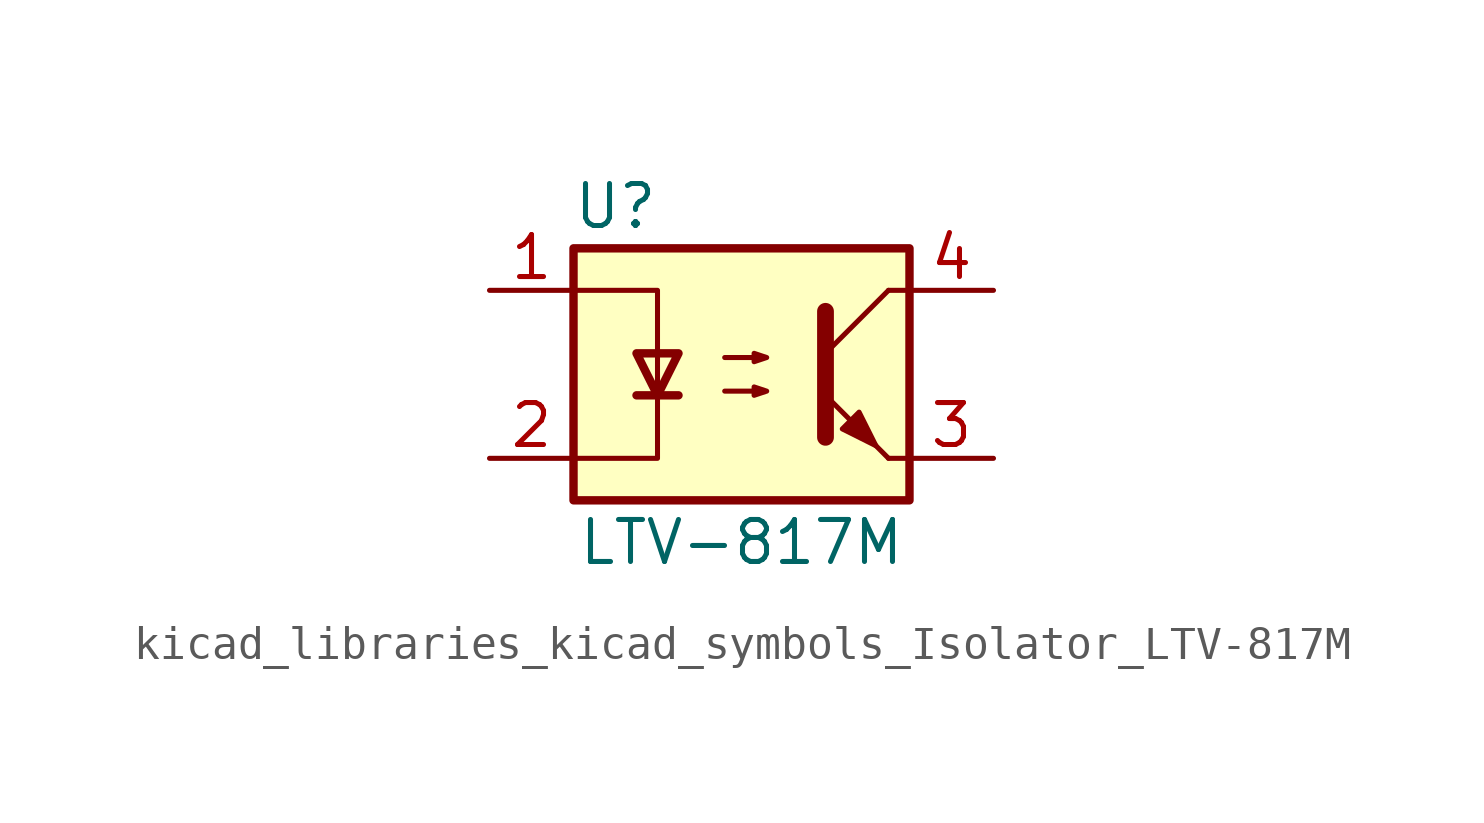
<source format=kicad_sym>
(kicad_symbol_lib
  (version 20220914)
  (generator kicad_symbol_editor)
  (symbol "kicad_libraries_kicad_symbols_Isolator_LTV-817M"
    (pin_names
      (offset 1.016))
    (property "Reference" "U"
      (at -3.81 5.08 0)
      (effects (font (size 1.27 1.27))))
    (property "Value" "LTV-817M"
      (at 0 -5.08 0)
      (effects (font (size 1.27 1.27))))
    (symbol "kicad_libraries_kicad_symbols_Isolator_LTV-817M_1_1"
      (rectangle (start -5.08 3.81) (end 5.08 -3.81) (stroke (width 0.254) (type default)) (fill (type background)))
      (polyline (pts (xy -3.175 -0.635) (xy -1.905 -0.635)) (stroke (width 0.254) (type default)) (fill (type none)))
      (polyline (pts (xy 2.54 0.635) (xy 4.445 2.54)) (stroke (width 0) (type default)) (fill (type none)))
      (polyline (pts (xy 4.445 -2.54) (xy 2.54 -0.635)) (stroke (width 0) (type default)) (fill (type outline)))
      (polyline (pts (xy 4.445 -2.54) (xy 5.08 -2.54)) (stroke (width 0) (type default)) (fill (type none)))
      (polyline (pts (xy 4.445 2.54) (xy 5.08 2.54)) (stroke (width 0) (type default)) (fill (type none)))
      (polyline (pts (xy -5.08 2.54) (xy -2.54 2.54) (xy -2.54 -0.762)) (stroke (width 0) (type default)) (fill (type none)))
      (polyline (pts (xy -2.54 -0.635) (xy -2.54 -2.54) (xy -5.08 -2.54)) (stroke (width 0) (type default)) (fill (type none)))
      (polyline (pts (xy 2.54 1.905) (xy 2.54 -1.905) (xy 2.54 -1.905)) (stroke (width 0.508) (type default)) (fill (type none)))
      (polyline (pts (xy -2.54 -0.635) (xy -3.175 0.635) (xy -1.905 0.635) (xy -2.54 -0.635)) (stroke (width 0.254) (type default)) (fill (type none)))
      (polyline (pts (xy -0.508 -0.508) (xy 0.762 -0.508) (xy 0.381 -0.635) (xy 0.381 -0.381) (xy 0.762 -0.508)) (stroke (width 0) (type default)) (fill (type none)))
      (polyline (pts (xy -0.508 0.508) (xy 0.762 0.508) (xy 0.381 0.381) (xy 0.381 0.635) (xy 0.762 0.508)) (stroke (width 0) (type default)) (fill (type none)))
      (polyline (pts (xy 3.048 -1.651) (xy 3.556 -1.143) (xy 4.064 -2.159) (xy 3.048 -1.651) (xy 3.048 -1.651)) (stroke (width 0) (type default)) (fill (type outline)))
      (pin passive line (at -7.62 2.54 0) (length 2.54) (name "~" (effects (font (size 1.27 1.27)))) (number "1" (effects (font (size 1.27 1.27)))))
      (pin passive line (at -7.62 -2.54 0) (length 2.54) (name "~" (effects (font (size 1.27 1.27)))) (number "2" (effects (font (size 1.27 1.27)))))
      (pin passive line (at 7.62 -2.54 180) (length 2.54) (name "~" (effects (font (size 1.27 1.27)))) (number "3" (effects (font (size 1.27 1.27)))))
      (pin passive line (at 7.62 2.54 180) (length 2.54) (name "~" (effects (font (size 1.27 1.27)))) (number "4" (effects (font (size 1.27 1.27))))))))
</source>
